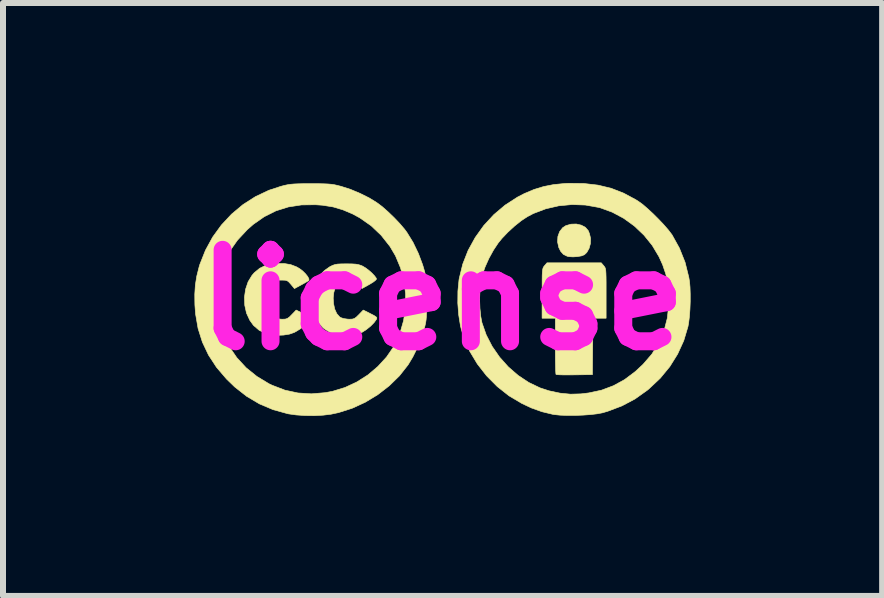
<source format=kicad_pcb>
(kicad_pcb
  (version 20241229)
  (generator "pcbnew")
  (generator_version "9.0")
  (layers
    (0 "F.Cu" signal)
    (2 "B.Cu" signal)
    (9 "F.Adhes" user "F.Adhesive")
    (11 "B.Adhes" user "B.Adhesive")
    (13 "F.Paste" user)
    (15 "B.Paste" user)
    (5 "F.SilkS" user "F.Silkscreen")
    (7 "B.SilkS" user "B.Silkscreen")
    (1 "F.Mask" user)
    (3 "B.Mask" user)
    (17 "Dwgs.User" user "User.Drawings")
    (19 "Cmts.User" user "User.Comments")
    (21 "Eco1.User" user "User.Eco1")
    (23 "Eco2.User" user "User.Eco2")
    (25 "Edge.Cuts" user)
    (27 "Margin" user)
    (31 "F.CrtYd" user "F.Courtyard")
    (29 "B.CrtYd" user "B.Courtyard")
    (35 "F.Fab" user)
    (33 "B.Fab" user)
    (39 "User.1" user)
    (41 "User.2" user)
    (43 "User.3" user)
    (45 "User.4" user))
  (footprint "license"
    (layer "F.Cu")
    (at 4.325 1.948)
    (property "Reference" "license" (at 0 0 0) (layer "F.CrtYd") (effects (font (size 1.524 1.524) (thickness 0.3))))
    (attr through_hole)
    (fp_poly (pts (xy 2.312 -1.246) (xy 2.381 -1.209) (xy 2.428 -1.154) (xy 2.43 -1.152) (xy 2.449 -1.101) (xy 2.464 -1.039) (xy 2.467 -1.018) (xy 2.464 -0.937) (xy 2.442 -0.858) (xy 2.404 -0.791) (xy 2.364 -0.753) (xy 2.317 -0.734) (xy 2.249 -0.722) (xy 2.175 -0.717) (xy 2.107 -0.721) (xy 2.077 -0.728) (xy 2.014 -0.759) (xy 1.968 -0.811) (xy 1.937 -0.874) (xy 1.917 -0.966) (xy 1.922 -1.056) (xy 1.951 -1.137) (xy 2.001 -1.202) (xy 2.054 -1.237) (xy 2.14 -1.262) (xy 2.229 -1.265) (xy 2.312 -1.246)) (stroke (width 0.01) (type solid)) (fill yes) (layer "F.SilkS"))
    (fp_poly (pts (xy 2.685 -0.571) (xy 2.698 -0.555) (xy 2.708 -0.539) (xy 2.715 -0.518) (xy 2.72 -0.488) (xy 2.723 -0.443) (xy 2.725 -0.381) (xy 2.726 -0.296) (xy 2.726 -0.183) (xy 2.726 -0.109) (xy 2.726 0.305) (xy 2.507 0.305) (xy 2.502 0.775) (xy 2.498 1.245) (xy 2.2 1.249) (xy 2.103 1.25) (xy 2.018 1.25) (xy 1.95 1.248) (xy 1.906 1.245) (xy 1.891 1.242) (xy 1.888 1.223) (xy 1.885 1.174) (xy 1.883 1.1) (xy 1.881 1.006) (xy 1.88 0.896) (xy 1.88 0.775) (xy 1.88 0.768) (xy 1.88 0.305) (xy 1.659 0.305) (xy 1.659 -0.109) (xy 1.66 -0.238) (xy 1.66 -0.337) (xy 1.661 -0.412) (xy 1.664 -0.465) (xy 1.668 -0.503) (xy 1.674 -0.528) (xy 1.682 -0.547) (xy 1.693 -0.562) (xy 1.7 -0.571) (xy 1.741 -0.618) (xy 2.645 -0.618) (xy 2.685 -0.571)) (stroke (width 0.01) (type solid)) (fill yes) (layer "F.SilkS"))
    (fp_poly (pts (xy -2.636 -0.606) (xy -2.53 -0.588) (xy -2.436 -0.552) (xy -2.382 -0.521) (xy -2.332 -0.483) (xy -2.286 -0.438) (xy -2.249 -0.392) (xy -2.228 -0.353) (xy -2.226 -0.327) (xy -2.228 -0.324) (xy -2.25 -0.31) (xy -2.293 -0.285) (xy -2.348 -0.254) (xy -2.356 -0.25) (xy -2.468 -0.189) (xy -2.527 -0.26) (xy -2.56 -0.297) (xy -2.587 -0.318) (xy -2.619 -0.328) (xy -2.669 -0.33) (xy -2.7 -0.33) (xy -2.762 -0.329) (xy -2.802 -0.323) (xy -2.83 -0.308) (xy -2.858 -0.281) (xy -2.862 -0.277) (xy -2.905 -0.208) (xy -2.931 -0.122) (xy -2.941 -0.028) (xy -2.935 0.067) (xy -2.914 0.156) (xy -2.879 0.231) (xy -2.83 0.285) (xy -2.812 0.296) (xy -2.765 0.311) (xy -2.703 0.32) (xy -2.673 0.322) (xy -2.622 0.32) (xy -2.587 0.31) (xy -2.553 0.286) (xy -2.512 0.245) (xy -2.439 0.169) (xy -2.319 0.229) (xy -2.2 0.289) (xy -2.253 0.362) (xy -2.304 0.426) (xy -2.362 0.477) (xy -2.438 0.524) (xy -2.473 0.543) (xy -2.551 0.57) (xy -2.65 0.586) (xy -2.756 0.59) (xy -2.86 0.582) (xy -2.943 0.562) (xy -3.057 0.505) (xy -3.151 0.424) (xy -3.212 0.339) (xy -3.267 0.22) (xy -3.296 0.09) (xy -3.301 -0.045) (xy -3.282 -0.178) (xy -3.24 -0.302) (xy -3.175 -0.409) (xy -3.137 -0.453) (xy -3.047 -0.527) (xy -2.949 -0.575) (xy -2.834 -0.601) (xy -2.763 -0.607) (xy -2.636 -0.606)) (stroke (width 0.01) (type solid)) (fill yes) (layer "F.SilkS"))
    (fp_poly (pts (xy -1.511 -0.6) (xy -1.446 -0.596) (xy -1.397 -0.587) (xy -1.354 -0.573) (xy -1.334 -0.564) (xy -1.285 -0.535) (xy -1.23 -0.494) (xy -1.178 -0.448) (xy -1.134 -0.402) (xy -1.106 -0.364) (xy -1.101 -0.347) (xy -1.115 -0.329) (xy -1.151 -0.3) (xy -1.204 -0.267) (xy -1.221 -0.257) (xy -1.342 -0.19) (xy -1.488 -0.343) (xy -1.593 -0.335) (xy -1.655 -0.329) (xy -1.696 -0.316) (xy -1.727 -0.294) (xy -1.745 -0.275) (xy -1.787 -0.208) (xy -1.812 -0.124) (xy -1.822 -0.031) (xy -1.816 0.064) (xy -1.797 0.153) (xy -1.763 0.228) (xy -1.716 0.282) (xy -1.696 0.295) (xy -1.648 0.311) (xy -1.585 0.32) (xy -1.556 0.322) (xy -1.505 0.32) (xy -1.469 0.31) (xy -1.436 0.286) (xy -1.394 0.245) (xy -1.321 0.169) (xy -1.202 0.229) (xy -1.143 0.259) (xy -1.109 0.281) (xy -1.096 0.297) (xy -1.097 0.315) (xy -1.102 0.324) (xy -1.141 0.378) (xy -1.199 0.437) (xy -1.268 0.493) (xy -1.335 0.536) (xy -1.346 0.542) (xy -1.433 0.571) (xy -1.538 0.587) (xy -1.65 0.59) (xy -1.756 0.579) (xy -1.823 0.562) (xy -1.889 0.532) (xy -1.958 0.49) (xy -1.987 0.468) (xy -2.065 0.384) (xy -2.124 0.276) (xy -2.163 0.153) (xy -2.18 0.019) (xy -2.173 -0.118) (xy -2.143 -0.253) (xy -2.14 -0.26) (xy -2.101 -0.339) (xy -2.038 -0.42) (xy -1.962 -0.494) (xy -1.881 -0.551) (xy -1.873 -0.556) (xy -1.831 -0.576) (xy -1.793 -0.589) (xy -1.749 -0.597) (xy -1.69 -0.6) (xy -1.607 -0.601) (xy -1.6 -0.601) (xy -1.511 -0.6)) (stroke (width 0.01) (type solid)) (fill yes) (layer "F.SilkS"))
    (fp_poly (pts (xy 2.356 -1.94) (xy 2.59 -1.913) (xy 2.81 -1.86) (xy 3.018 -1.779) (xy 3.221 -1.67) (xy 3.268 -1.64) (xy 3.337 -1.59) (xy 3.419 -1.519) (xy 3.51 -1.435) (xy 3.601 -1.344) (xy 3.687 -1.253) (xy 3.761 -1.168) (xy 3.816 -1.096) (xy 3.825 -1.084) (xy 3.948 -0.862) (xy 4.042 -0.626) (xy 4.104 -0.377) (xy 4.116 -0.305) (xy 4.124 -0.214) (xy 4.128 -0.1) (xy 4.128 0.027) (xy 4.123 0.157) (xy 4.114 0.279) (xy 4.101 0.384) (xy 4.09 0.445) (xy 4.02 0.679) (xy 3.918 0.902) (xy 3.787 1.112) (xy 3.627 1.306) (xy 3.44 1.482) (xy 3.411 1.506) (xy 3.207 1.651) (xy 2.99 1.766) (xy 2.755 1.855) (xy 2.663 1.882) (xy 2.578 1.898) (xy 2.468 1.911) (xy 2.342 1.92) (xy 2.21 1.925) (xy 2.08 1.925) (xy 1.961 1.921) (xy 1.862 1.911) (xy 1.834 1.906) (xy 1.656 1.863) (xy 1.482 1.801) (xy 1.321 1.725) (xy 1.107 1.598) (xy 0.911 1.443) (xy 0.734 1.265) (xy 0.58 1.067) (xy 0.452 0.854) (xy 0.353 0.628) (xy 0.344 0.602) (xy 0.299 0.435) (xy 0.269 0.248) (xy 0.254 0.051) (xy 0.255 -0.008) (xy 0.618 -0.008) (xy 0.623 0.137) (xy 0.636 0.27) (xy 0.657 0.381) (xy 0.728 0.583) (xy 0.827 0.775) (xy 0.951 0.954) (xy 1.096 1.116) (xy 1.259 1.258) (xy 1.437 1.376) (xy 1.625 1.466) (xy 1.775 1.515) (xy 1.959 1.554) (xy 2.132 1.571) (xy 2.306 1.566) (xy 2.438 1.55) (xy 2.651 1.504) (xy 2.848 1.43) (xy 3.034 1.328) (xy 3.212 1.194) (xy 3.341 1.074) (xy 3.488 0.904) (xy 3.604 0.718) (xy 3.691 0.518) (xy 3.746 0.303) (xy 3.771 0.075) (xy 3.771 -0.085) (xy 3.754 -0.266) (xy 3.721 -0.43) (xy 3.668 -0.586) (xy 3.607 -0.72) (xy 3.495 -0.908) (xy 3.356 -1.08) (xy 3.197 -1.231) (xy 3.019 -1.36) (xy 2.828 -1.462) (xy 2.628 -1.535) (xy 2.599 -1.542) (xy 2.381 -1.581) (xy 2.157 -1.589) (xy 1.935 -1.568) (xy 1.719 -1.518) (xy 1.514 -1.44) (xy 1.413 -1.387) (xy 1.31 -1.319) (xy 1.199 -1.23) (xy 1.089 -1.129) (xy 0.989 -1.024) (xy 0.928 -0.949) (xy 0.849 -0.83) (xy 0.773 -0.692) (xy 0.708 -0.547) (xy 0.661 -0.411) (xy 0.657 -0.398) (xy 0.636 -0.286) (xy 0.623 -0.152) (xy 0.618 -0.008) (xy 0.255 -0.008) (xy 0.256 -0.146) (xy 0.274 -0.331) (xy 0.279 -0.361) (xy 0.337 -0.597) (xy 0.426 -0.824) (xy 0.544 -1.039) (xy 0.687 -1.239) (xy 0.854 -1.42) (xy 1.042 -1.579) (xy 1.249 -1.713) (xy 1.361 -1.771) (xy 1.524 -1.84) (xy 1.684 -1.889) (xy 1.852 -1.922) (xy 2.037 -1.94) (xy 2.102 -1.943) (xy 2.356 -1.94)) (stroke (width 0.01) (type solid)) (fill yes) (layer "F.SilkS"))
    (fp_poly (pts (xy -2.074 -1.937) (xy -1.982 -1.935) (xy -1.911 -1.932) (xy -1.852 -1.927) (xy -1.8 -1.919) (xy -1.747 -1.907) (xy -1.689 -1.892) (xy -1.536 -1.843) (xy -1.376 -1.776) (xy -1.223 -1.7) (xy -1.099 -1.624) (xy -1.009 -1.557) (xy -0.91 -1.47) (xy -0.808 -1.372) (xy -0.713 -1.272) (xy -0.632 -1.177) (xy -0.593 -1.124) (xy -0.492 -0.96) (xy -0.403 -0.775) (xy -0.332 -0.586) (xy -0.311 -0.516) (xy -0.295 -0.456) (xy -0.283 -0.403) (xy -0.275 -0.352) (xy -0.269 -0.296) (xy -0.266 -0.226) (xy -0.265 -0.138) (xy -0.264 -0.023) (xy -0.264 -0.008) (xy -0.265 0.11) (xy -0.266 0.202) (xy -0.269 0.274) (xy -0.274 0.332) (xy -0.282 0.385) (xy -0.294 0.437) (xy -0.309 0.496) (xy -0.357 0.645) (xy -0.421 0.801) (xy -0.495 0.95) (xy -0.573 1.08) (xy -0.575 1.083) (xy -0.718 1.265) (xy -0.888 1.431) (xy -1.079 1.579) (xy -1.287 1.705) (xy -1.507 1.806) (xy -1.733 1.878) (xy -1.859 1.905) (xy -1.989 1.921) (xy -2.138 1.929) (xy -2.292 1.927) (xy -2.44 1.917) (xy -2.568 1.899) (xy -2.582 1.896) (xy -2.824 1.829) (xy -3.051 1.733) (xy -3.264 1.607) (xy -3.464 1.45) (xy -3.599 1.319) (xy -3.766 1.124) (xy -3.9 0.919) (xy -4.002 0.704) (xy -4.074 0.476) (xy -4.116 0.233) (xy -4.127 0.083) (xy -4.128 0.02) (xy -3.769 0.02) (xy -3.763 0.164) (xy -3.746 0.292) (xy -3.735 0.339) (xy -3.661 0.564) (xy -3.558 0.773) (xy -3.429 0.962) (xy -3.273 1.131) (xy -3.093 1.276) (xy -2.891 1.398) (xy -2.838 1.423) (xy -2.627 1.504) (xy -2.409 1.551) (xy -2.185 1.565) (xy -1.956 1.546) (xy -1.833 1.523) (xy -1.624 1.459) (xy -1.427 1.367) (xy -1.243 1.25) (xy -1.078 1.11) (xy -0.933 0.952) (xy -0.813 0.777) (xy -0.722 0.59) (xy -0.711 0.56) (xy -0.649 0.344) (xy -0.617 0.122) (xy -0.616 -0.101) (xy -0.643 -0.321) (xy -0.7 -0.534) (xy -0.784 -0.735) (xy -0.876 -0.891) (xy -1.022 -1.076) (xy -1.189 -1.235) (xy -1.378 -1.367) (xy -1.495 -1.431) (xy -1.66 -1.501) (xy -1.825 -1.55) (xy -2.001 -1.578) (xy -2.117 -1.586) (xy -2.351 -1.583) (xy -2.571 -1.549) (xy -2.777 -1.484) (xy -2.971 -1.387) (xy -3.153 -1.26) (xy -3.252 -1.173) (xy -3.417 -0.996) (xy -3.55 -0.808) (xy -3.654 -0.605) (xy -3.728 -0.388) (xy -3.752 -0.268) (xy -3.765 -0.128) (xy -3.769 0.02) (xy -4.128 0.02) (xy -4.129 -0.095) (xy -4.119 -0.251) (xy -4.095 -0.399) (xy -4.057 -0.55) (xy -4.044 -0.593) (xy -3.951 -0.827) (xy -3.831 -1.047) (xy -3.685 -1.248) (xy -3.516 -1.429) (xy -3.326 -1.588) (xy -3.118 -1.721) (xy -2.894 -1.827) (xy -2.696 -1.892) (xy -2.636 -1.908) (xy -2.584 -1.919) (xy -2.532 -1.927) (xy -2.473 -1.932) (xy -2.4 -1.935) (xy -2.307 -1.937) (xy -2.193 -1.937) (xy -2.074 -1.937)) (stroke (width 0.01) (type solid)) (fill yes) (layer "F.SilkS")))
  (gr_rect
    (start -3 -3)
    (end 11.651 6.881)
    (stroke (width 0.1) (type default))
    (fill no)
    (layer "Edge.Cuts")))
</source>
